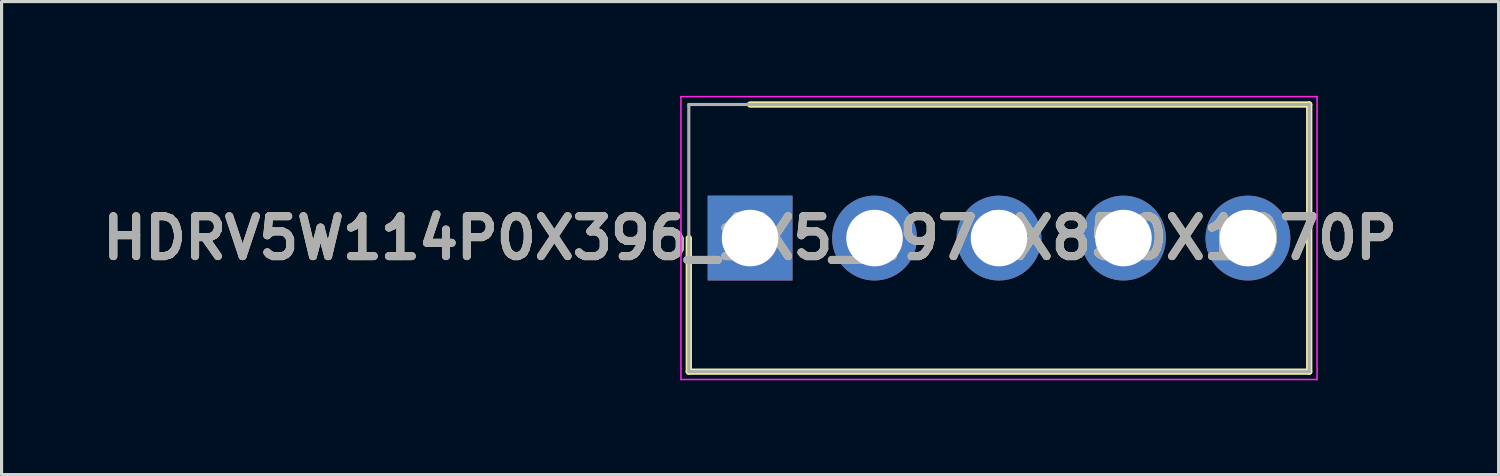
<source format=kicad_pcb>
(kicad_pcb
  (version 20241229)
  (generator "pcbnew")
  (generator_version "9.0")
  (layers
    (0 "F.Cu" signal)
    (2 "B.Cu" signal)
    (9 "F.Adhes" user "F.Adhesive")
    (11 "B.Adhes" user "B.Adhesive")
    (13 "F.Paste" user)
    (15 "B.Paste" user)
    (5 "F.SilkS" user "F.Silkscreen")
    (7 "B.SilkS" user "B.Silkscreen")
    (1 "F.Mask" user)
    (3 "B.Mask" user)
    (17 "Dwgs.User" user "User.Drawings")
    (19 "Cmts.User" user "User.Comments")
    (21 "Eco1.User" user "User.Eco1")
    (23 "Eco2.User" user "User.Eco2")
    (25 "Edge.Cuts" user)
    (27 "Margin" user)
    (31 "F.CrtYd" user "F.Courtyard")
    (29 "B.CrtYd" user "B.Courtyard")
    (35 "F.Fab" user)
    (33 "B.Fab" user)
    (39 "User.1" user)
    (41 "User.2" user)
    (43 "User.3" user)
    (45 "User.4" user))
  (footprint "HDRV5W114P0X396_1X5_1974X850X1070P"
    (layer "F.Cu")
    (at 20.816 4.525)
    (property "Reference" "HDRV5W114P0X396_1X5_1974X850X1070P" (at 0 0 0) (layer "F.SilkS") (effects (font (size 1.27 1.27) (thickness 0.254))))
    (attr through_hole)
    (fp_line (start -1.95 0) (end -1.95 4.25) (stroke (width 0.2) (type solid)) (layer "F.SilkS"))
    (fp_line (start -1.95 4.25) (end 17.79 4.25) (stroke (width 0.2) (type solid)) (layer "F.SilkS"))
    (fp_line (start 17.79 -4.25) (end 0 -4.25) (stroke (width 0.2) (type solid)) (layer "F.SilkS"))
    (fp_line (start 17.79 4.25) (end 17.79 -4.25) (stroke (width 0.2) (type solid)) (layer "F.SilkS"))
    (fp_line (start -2.2 -4.5) (end 18.04 -4.5) (stroke (width 0.05) (type solid)) (layer "F.CrtYd"))
    (fp_line (start -2.2 4.5) (end -2.2 -4.5) (stroke (width 0.05) (type solid)) (layer "F.CrtYd"))
    (fp_line (start 18.04 -4.5) (end 18.04 4.5) (stroke (width 0.05) (type solid)) (layer "F.CrtYd"))
    (fp_line (start 18.04 4.5) (end -2.2 4.5) (stroke (width 0.05) (type solid)) (layer "F.CrtYd"))
    (fp_line (start -1.95 -4.25) (end 17.79 -4.25) (stroke (width 0.1) (type solid)) (layer "F.Fab"))
    (fp_line (start -1.95 4.25) (end -1.95 -4.25) (stroke (width 0.1) (type solid)) (layer "F.Fab"))
    (fp_line (start 17.79 -4.25) (end 17.79 4.25) (stroke (width 0.1) (type solid)) (layer "F.Fab"))
    (fp_line (start 17.79 4.25) (end -1.95 4.25) (stroke (width 0.1) (type solid)) (layer "F.Fab"))
    (fp_text user "${REFERENCE}" (at 0 0 0) (layer "F.Fab") (effects (font (size 1.27 1.27) (thickness 0.254))))
    (pad "1" thru_hole rect (at 0 0) (size 2.7 2.7) (drill 1.8) (layers "*.Cu" "*.Mask"))
    (pad "2" thru_hole circle (at 3.96 0) (size 2.7 2.7) (drill 1.8) (layers "*.Cu" "*.Mask"))
    (pad "3" thru_hole circle (at 7.92 0) (size 2.7 2.7) (drill 1.8) (layers "*.Cu" "*.Mask"))
    (pad "4" thru_hole circle (at 11.88 0) (size 2.7 2.7) (drill 1.8) (layers "*.Cu" "*.Mask"))
    (pad "5" thru_hole circle (at 15.84 0) (size 2.7 2.7) (drill 1.8) (layers "*.Cu" "*.Mask")))
  (gr_rect
    (start -3 -3)
    (end 44.632 12.05)
    (stroke (width 0.1) (type default))
    (fill no)
    (layer "Edge.Cuts")))
</source>
